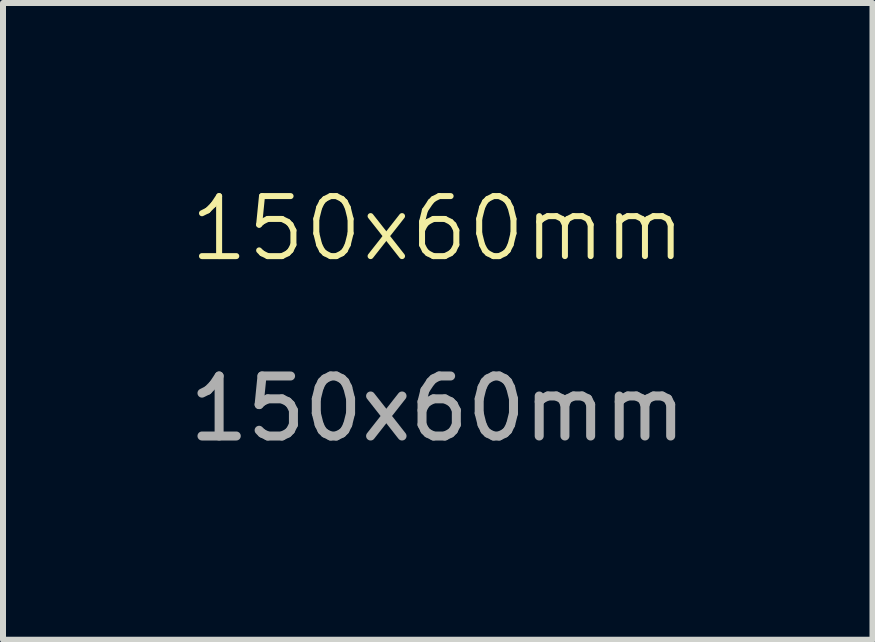
<source format=kicad_pcb>
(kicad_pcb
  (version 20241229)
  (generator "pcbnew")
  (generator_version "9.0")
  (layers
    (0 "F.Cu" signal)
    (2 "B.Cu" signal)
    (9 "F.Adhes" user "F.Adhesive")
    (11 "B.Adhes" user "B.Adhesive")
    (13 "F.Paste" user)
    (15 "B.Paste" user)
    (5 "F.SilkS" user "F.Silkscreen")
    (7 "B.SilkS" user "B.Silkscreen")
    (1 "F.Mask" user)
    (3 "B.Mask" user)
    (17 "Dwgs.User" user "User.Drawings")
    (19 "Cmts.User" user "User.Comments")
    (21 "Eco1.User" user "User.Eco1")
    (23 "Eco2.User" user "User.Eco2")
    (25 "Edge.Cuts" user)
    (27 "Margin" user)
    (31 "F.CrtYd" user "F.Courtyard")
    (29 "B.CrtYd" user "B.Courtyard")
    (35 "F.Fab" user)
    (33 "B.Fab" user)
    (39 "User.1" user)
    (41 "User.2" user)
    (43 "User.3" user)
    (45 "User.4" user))
  (footprint "150x60mm"
    (layer "F.Cu")
    (at 4.244 1.26)
    (property "Reference" "150x60mm" (at 0 -0.5 0) (unlocked yes) (layer "F.SilkS") (effects (font (size 1 1) (thickness 0.1))))
    (attr smd)
    (fp_text user "${REFERENCE}" (at 0 2.5 0) (unlocked yes) (layer "F.Fab") (effects (font (size 1 1) (thickness 0.15)))))
  (gr_rect
    (start -3 -3)
    (end 11.488 7.609)
    (stroke (width 0.1) (type default))
    (fill no)
    (layer "Edge.Cuts")))
</source>
